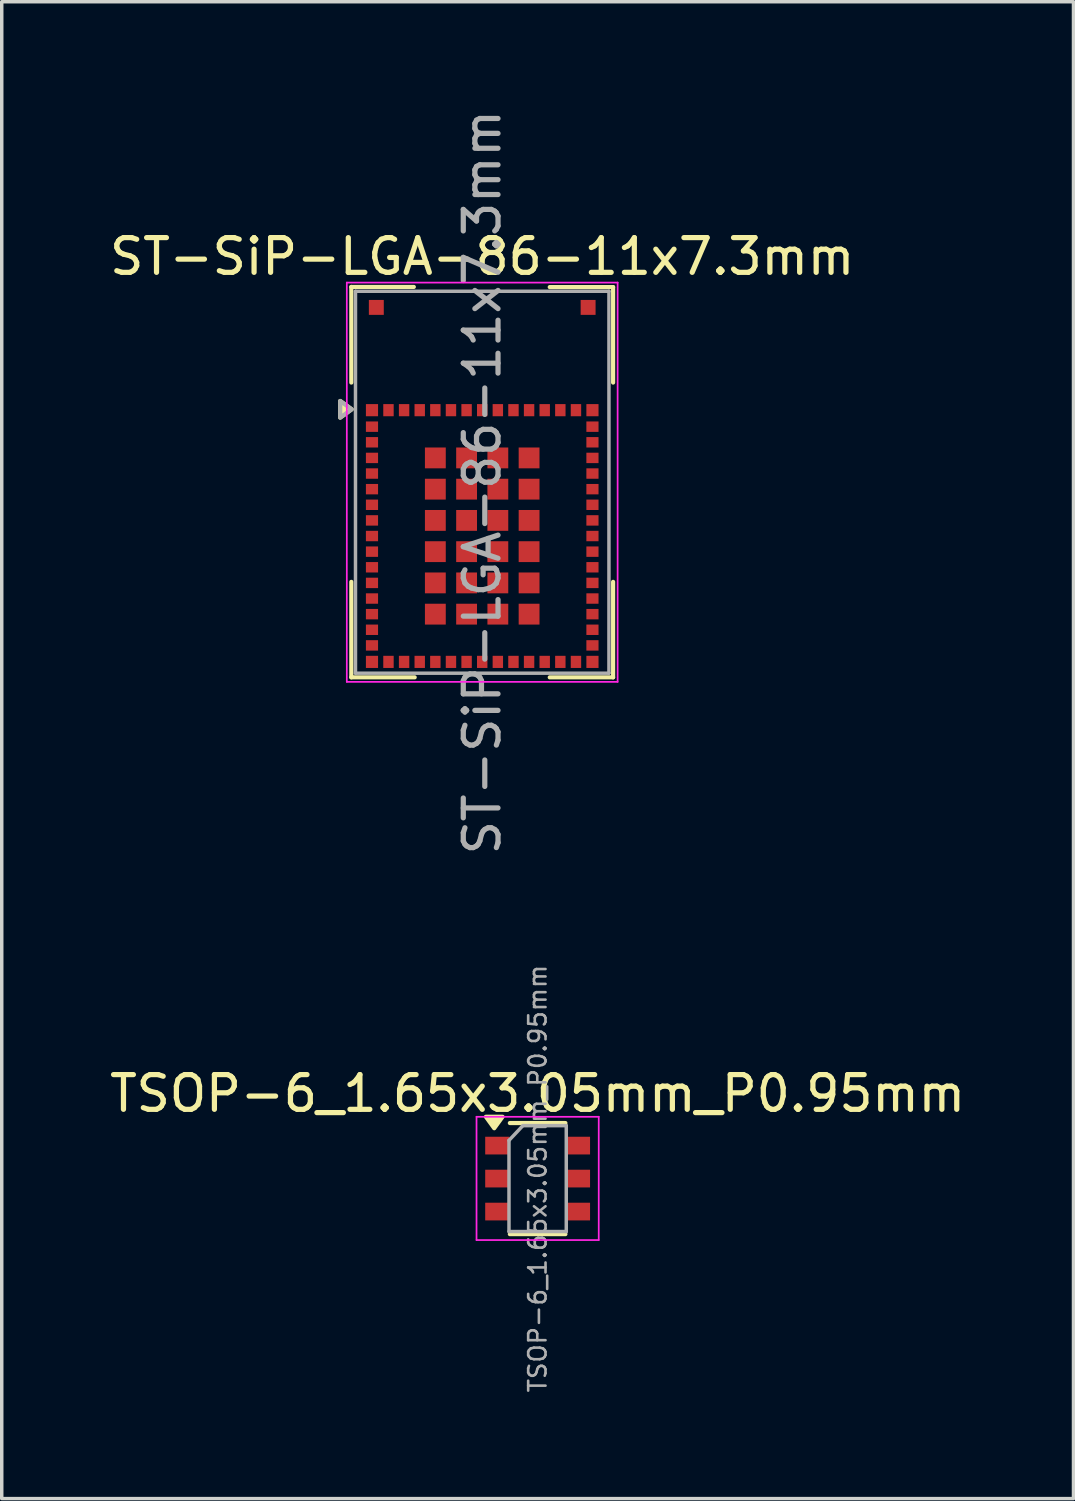
<source format=kicad_pcb>
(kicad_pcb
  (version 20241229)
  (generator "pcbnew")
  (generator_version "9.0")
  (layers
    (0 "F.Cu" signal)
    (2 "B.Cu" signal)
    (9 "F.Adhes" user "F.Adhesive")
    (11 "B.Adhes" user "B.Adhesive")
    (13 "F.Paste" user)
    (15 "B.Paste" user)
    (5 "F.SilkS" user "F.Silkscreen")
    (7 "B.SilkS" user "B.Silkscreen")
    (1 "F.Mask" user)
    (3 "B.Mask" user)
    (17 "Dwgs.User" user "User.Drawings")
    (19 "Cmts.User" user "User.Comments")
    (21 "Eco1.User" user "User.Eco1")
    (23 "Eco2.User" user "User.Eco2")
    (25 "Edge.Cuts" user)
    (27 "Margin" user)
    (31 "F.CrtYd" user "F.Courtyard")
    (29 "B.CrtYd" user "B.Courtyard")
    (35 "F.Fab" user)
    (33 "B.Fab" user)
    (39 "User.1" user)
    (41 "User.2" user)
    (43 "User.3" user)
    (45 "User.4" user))
  (footprint "ST-SiP-LGA-86-11x7.3mm"
    (layer "F.Cu")
    (at 10.839 10.839)
    (property "Reference" "ST-SiP-LGA-86-11x7.3mm" (at 0 -6.5 0) (layer "F.SilkS") (effects (font (size 1 1) (thickness 0.15))))
    (attr smd)
    (fp_line (start -3.77 -5.625) (end -3.77 -2.87) (stroke (width 0.12) (type solid)) (layer "F.SilkS"))
    (fp_line (start -3.77 5.62) (end -3.77 2.87) (stroke (width 0.12) (type solid)) (layer "F.SilkS"))
    (fp_line (start -1.97 -5.625) (end -3.77 -5.625) (stroke (width 0.12) (type solid)) (layer "F.SilkS"))
    (fp_line (start -1.945 5.62) (end -3.77 5.62) (stroke (width 0.12) (type solid)) (layer "F.SilkS"))
    (fp_line (start 1.945 -5.62) (end 3.77 -5.62) (stroke (width 0.12) (type solid)) (layer "F.SilkS"))
    (fp_line (start 1.945 5.62) (end 3.77 5.62) (stroke (width 0.12) (type solid)) (layer "F.SilkS"))
    (fp_line (start 3.77 -5.62) (end 3.77 -2.87) (stroke (width 0.12) (type solid)) (layer "F.SilkS"))
    (fp_line (start 3.77 5.62) (end 3.77 2.87) (stroke (width 0.12) (type solid)) (layer "F.SilkS"))
    (fp_poly (pts (xy -3.76 -2.1) (xy -4.09 -1.86) (xy -4.09 -2.34) (xy -3.76 -2.1)) (stroke (width 0.12) (type solid)) (fill yes) (layer "F.SilkS"))
    (fp_line (start -3.9 -5.75) (end 3.9 -5.75) (stroke (width 0.05) (type solid)) (layer "F.CrtYd"))
    (fp_line (start -3.9 5.75) (end -3.9 -5.75) (stroke (width 0.05) (type solid)) (layer "F.CrtYd"))
    (fp_line (start 3.9 -5.75) (end 3.9 5.75) (stroke (width 0.05) (type solid)) (layer "F.CrtYd"))
    (fp_line (start 3.9 5.75) (end -3.9 5.75) (stroke (width 0.05) (type solid)) (layer "F.CrtYd"))
    (fp_line (start -3.65 -5.5) (end -3.65 5.5) (stroke (width 0.1) (type solid)) (layer "F.Fab"))
    (fp_line (start -3.65 -5.5) (end 3.65 -5.5) (stroke (width 0.1) (type solid)) (layer "F.Fab"))
    (fp_line (start -3.65 5.5) (end 3.65 5.5) (stroke (width 0.1) (type solid)) (layer "F.Fab"))
    (fp_line (start 3.65 5.5) (end 3.65 -5.5) (stroke (width 0.1) (type solid)) (layer "F.Fab"))
    (fp_poly (pts (xy -3.76 -2.1) (xy -4.09 -1.86) (xy -4.09 -2.34) (xy -3.76 -2.1)) (stroke (width 0.12) (type solid)) (fill no) (layer "F.Fab"))
    (fp_text user "${REFERENCE}" (at 0 0 270) (layer "F.Fab") (effects (font (size 1 1) (thickness 0.15))))
    (pad "1" smd rect (at -3.175 -2.075) (size 0.35 0.35) (layers "F.Cu" "F.Mask" "F.Paste"))
    (pad "2" smd rect (at -3.175 -1.6) (size 0.35 0.3) (layers "F.Cu" "F.Mask" "F.Paste"))
    (pad "3" smd rect (at -3.175 -1.15) (size 0.35 0.3) (layers "F.Cu" "F.Mask" "F.Paste"))
    (pad "4" smd rect (at -3.175 -0.7) (size 0.35 0.3) (layers "F.Cu" "F.Mask" "F.Paste"))
    (pad "5" smd rect (at -3.175 -0.25) (size 0.35 0.3) (layers "F.Cu" "F.Mask" "F.Paste"))
    (pad "6" smd rect (at -3.175 0.2) (size 0.35 0.3) (layers "F.Cu" "F.Mask" "F.Paste"))
    (pad "7" smd rect (at -3.175 0.65) (size 0.35 0.3) (layers "F.Cu" "F.Mask" "F.Paste"))
    (pad "8" smd rect (at -3.175 1.1) (size 0.35 0.3) (layers "F.Cu" "F.Mask" "F.Paste"))
    (pad "9" smd rect (at -3.175 1.55) (size 0.35 0.3) (layers "F.Cu" "F.Mask" "F.Paste"))
    (pad "10" smd rect (at -3.175 2) (size 0.35 0.3) (layers "F.Cu" "F.Mask" "F.Paste"))
    (pad "11" smd rect (at -3.175 2.45) (size 0.35 0.3) (layers "F.Cu" "F.Mask" "F.Paste"))
    (pad "12" smd rect (at -3.175 2.9) (size 0.35 0.3) (layers "F.Cu" "F.Mask" "F.Paste"))
    (pad "13" smd rect (at -3.175 3.35) (size 0.35 0.3) (layers "F.Cu" "F.Mask" "F.Paste"))
    (pad "14" smd rect (at -3.175 3.8) (size 0.35 0.3) (layers "F.Cu" "F.Mask" "F.Paste"))
    (pad "15" smd rect (at -3.175 4.25) (size 0.35 0.3) (layers "F.Cu" "F.Mask" "F.Paste"))
    (pad "16" smd rect (at -3.175 4.7) (size 0.35 0.3) (layers "F.Cu" "F.Mask" "F.Paste"))
    (pad "17" smd rect (at -3.175 5.175) (size 0.35 0.35) (layers "F.Cu" "F.Mask" "F.Paste"))
    (pad "18" smd rect (at -2.7 5.175) (size 0.3 0.35) (layers "F.Cu" "F.Mask" "F.Paste"))
    (pad "19" smd rect (at -2.25 5.175) (size 0.3 0.35) (layers "F.Cu" "F.Mask" "F.Paste"))
    (pad "20" smd rect (at -1.8 5.175) (size 0.3 0.35) (layers "F.Cu" "F.Mask" "F.Paste"))
    (pad "21" smd rect (at -1.35 5.175) (size 0.3 0.35) (layers "F.Cu" "F.Mask" "F.Paste"))
    (pad "22" smd rect (at -0.9 5.175) (size 0.3 0.35) (layers "F.Cu" "F.Mask" "F.Paste"))
    (pad "23" smd rect (at -0.45 5.175) (size 0.3 0.35) (layers "F.Cu" "F.Mask" "F.Paste"))
    (pad "24" smd rect (at 0 5.175) (size 0.3 0.35) (layers "F.Cu" "F.Mask" "F.Paste"))
    (pad "25" smd rect (at 0.45 5.175) (size 0.3 0.35) (layers "F.Cu" "F.Mask" "F.Paste"))
    (pad "26" smd rect (at 0.9 5.175) (size 0.3 0.35) (layers "F.Cu" "F.Mask" "F.Paste"))
    (pad "27" smd rect (at 1.35 5.175) (size 0.3 0.35) (layers "F.Cu" "F.Mask" "F.Paste"))
    (pad "28" smd rect (at 1.8 5.175) (size 0.3 0.35) (layers "F.Cu" "F.Mask" "F.Paste"))
    (pad "29" smd rect (at 2.25 5.175) (size 0.3 0.35) (layers "F.Cu" "F.Mask" "F.Paste"))
    (pad "30" smd rect (at 2.7 5.175) (size 0.3 0.35) (layers "F.Cu" "F.Mask" "F.Paste"))
    (pad "31" smd rect (at 3.175 5.175) (size 0.35 0.35) (layers "F.Cu" "F.Mask" "F.Paste"))
    (pad "32" smd rect (at 3.175 4.7) (size 0.35 0.3) (layers "F.Cu" "F.Mask" "F.Paste"))
    (pad "33" smd rect (at 3.175 4.25) (size 0.35 0.3) (layers "F.Cu" "F.Mask" "F.Paste"))
    (pad "34" smd rect (at 3.175 3.8) (size 0.35 0.3) (layers "F.Cu" "F.Mask" "F.Paste"))
    (pad "35" smd rect (at 3.175 3.35) (size 0.35 0.3) (layers "F.Cu" "F.Mask" "F.Paste"))
    (pad "36" smd rect (at 3.175 2.9) (size 0.35 0.3) (layers "F.Cu" "F.Mask" "F.Paste"))
    (pad "37" smd rect (at 3.175 2.45) (size 0.35 0.3) (layers "F.Cu" "F.Mask" "F.Paste"))
    (pad "38" smd rect (at 3.175 2) (size 0.35 0.3) (layers "F.Cu" "F.Mask" "F.Paste"))
    (pad "39" smd rect (at 3.175 1.55) (size 0.35 0.3) (layers "F.Cu" "F.Mask" "F.Paste"))
    (pad "40" smd rect (at 3.175 1.1) (size 0.35 0.3) (layers "F.Cu" "F.Mask" "F.Paste"))
    (pad "41" smd rect (at 3.175 0.65) (size 0.35 0.3) (layers "F.Cu" "F.Mask" "F.Paste"))
    (pad "42" smd rect (at 3.175 0.2) (size 0.35 0.3) (layers "F.Cu" "F.Mask" "F.Paste"))
    (pad "43" smd rect (at 3.175 -0.25) (size 0.35 0.3) (layers "F.Cu" "F.Mask" "F.Paste"))
    (pad "44" smd rect (at 3.175 -0.7) (size 0.35 0.3) (layers "F.Cu" "F.Mask" "F.Paste"))
    (pad "45" smd rect (at 3.175 -1.15) (size 0.35 0.3) (layers "F.Cu" "F.Mask" "F.Paste"))
    (pad "46" smd rect (at 3.175 -1.6) (size 0.35 0.3) (layers "F.Cu" "F.Mask" "F.Paste"))
    (pad "47" smd rect (at 3.175 -2.075) (size 0.35 0.35) (layers "F.Cu" "F.Mask" "F.Paste"))
    (pad "48" smd rect (at 2.7 -2.075) (size 0.3 0.35) (layers "F.Cu" "F.Mask" "F.Paste"))
    (pad "49" smd rect (at 2.25 -2.075) (size 0.3 0.35) (layers "F.Cu" "F.Mask" "F.Paste"))
    (pad "50" smd rect (at 1.8 -2.075) (size 0.3 0.35) (layers "F.Cu" "F.Mask" "F.Paste"))
    (pad "51" smd rect (at 1.35 -2.075) (size 0.3 0.35) (layers "F.Cu" "F.Mask" "F.Paste"))
    (pad "52" smd rect (at 0.9 -2.075) (size 0.3 0.35) (layers "F.Cu" "F.Mask" "F.Paste"))
    (pad "53" smd rect (at 0.45 -2.075) (size 0.3 0.35) (layers "F.Cu" "F.Mask" "F.Paste"))
    (pad "54" smd rect (at 0 -2.075) (size 0.3 0.35) (layers "F.Cu" "F.Mask" "F.Paste"))
    (pad "55" smd rect (at -0.45 -2.075) (size 0.3 0.35) (layers "F.Cu" "F.Mask" "F.Paste"))
    (pad "56" smd rect (at -0.9 -2.075) (size 0.3 0.35) (layers "F.Cu" "F.Mask" "F.Paste"))
    (pad "57" smd rect (at -1.35 -2.075) (size 0.3 0.35) (layers "F.Cu" "F.Mask" "F.Paste"))
    (pad "58" smd rect (at -1.8 -2.075) (size 0.3 0.35) (layers "F.Cu" "F.Mask" "F.Paste"))
    (pad "59" smd rect (at -2.25 -2.075) (size 0.3 0.35) (layers "F.Cu" "F.Mask" "F.Paste"))
    (pad "60" smd rect (at -2.7 -2.075) (size 0.3 0.35) (layers "F.Cu" "F.Mask" "F.Paste"))
    (pad "61" smd rect (at -1.35 -0.7) (size 0.6 0.6) (layers "F.Cu" "F.Mask" "F.Paste"))
    (pad "62" smd rect (at -1.35 0.2) (size 0.6 0.6) (layers "F.Cu" "F.Mask" "F.Paste"))
    (pad "63" smd rect (at -1.35 1.1) (size 0.6 0.6) (layers "F.Cu" "F.Mask" "F.Paste"))
    (pad "64" smd rect (at -1.35 2) (size 0.6 0.6) (layers "F.Cu" "F.Mask" "F.Paste"))
    (pad "65" smd rect (at -1.35 2.9) (size 0.6 0.6) (layers "F.Cu" "F.Mask" "F.Paste"))
    (pad "66" smd rect (at -1.35 3.8) (size 0.6 0.6) (layers "F.Cu" "F.Mask" "F.Paste"))
    (pad "67" smd rect (at -0.45 3.8) (size 0.6 0.6) (layers "F.Cu" "F.Mask" "F.Paste"))
    (pad "68" smd rect (at 0.45 3.8) (size 0.6 0.6) (layers "F.Cu" "F.Mask" "F.Paste"))
    (pad "69" smd rect (at 1.35 3.8) (size 0.6 0.6) (layers "F.Cu" "F.Mask" "F.Paste"))
    (pad "70" smd rect (at 1.35 2.9) (size 0.6 0.6) (layers "F.Cu" "F.Mask" "F.Paste"))
    (pad "71" smd rect (at 1.35 2) (size 0.6 0.6) (layers "F.Cu" "F.Mask" "F.Paste"))
    (pad "72" smd rect (at 1.35 1.1) (size 0.6 0.6) (layers "F.Cu" "F.Mask" "F.Paste"))
    (pad "73" smd rect (at 1.35 0.2) (size 0.6 0.6) (layers "F.Cu" "F.Mask" "F.Paste"))
    (pad "74" smd rect (at 1.35 -0.7) (size 0.6 0.6) (layers "F.Cu" "F.Mask" "F.Paste"))
    (pad "75" smd rect (at 0.45 -0.7) (size 0.6 0.6) (layers "F.Cu" "F.Mask" "F.Paste"))
    (pad "76" smd rect (at -0.45 -0.7) (size 0.6 0.6) (layers "F.Cu" "F.Mask" "F.Paste"))
    (pad "77" smd rect (at -0.45 0.2) (size 0.6 0.6) (layers "F.Cu" "F.Mask" "F.Paste"))
    (pad "78" smd rect (at -0.45 1.1) (size 0.6 0.6) (layers "F.Cu" "F.Mask" "F.Paste"))
    (pad "79" smd rect (at -0.45 2) (size 0.6 0.6) (layers "F.Cu" "F.Mask" "F.Paste"))
    (pad "80" smd rect (at -0.45 2.9) (size 0.6 0.6) (layers "F.Cu" "F.Mask" "F.Paste"))
    (pad "81" smd rect (at 0.45 2.9) (size 0.6 0.6) (layers "F.Cu" "F.Mask" "F.Paste"))
    (pad "82" smd rect (at 0.45 2) (size 0.6 0.6) (layers "F.Cu" "F.Mask" "F.Paste"))
    (pad "83" smd rect (at 0.45 1.1) (size 0.6 0.6) (layers "F.Cu" "F.Mask" "F.Paste"))
    (pad "84" smd rect (at 0.45 0.2) (size 0.6 0.6) (layers "F.Cu" "F.Mask" "F.Paste"))
    (pad "85" smd rect (at -3.05 -5.035) (size 0.43 0.43) (layers "F.Cu" "F.Mask" "F.Paste"))
    (pad "86" smd rect (at 3.05 -5.035) (size 0.43 0.43) (layers "F.Cu" "F.Mask" "F.Paste"))
    (zone (net_name "") (layers "F.Cu" "B.Cu") (hatch full 0.508) (connect_pads) (min_thickness 0.254) (filled_areas_thickness no) (keepout (tracks not_allowed) (vias not_allowed) (pads allowed) (copperpour not_allowed) (footprints not_allowed)) (placement (enabled no)) (fill) (polygon (pts (xy 13.489 7.839) (xy 5.889 7.839) (xy 5.889 4.339) (xy 13.489 4.339)))))
  (footprint "TSOP-6_1.65x3.05mm_P0.95mm"
    (layer "F.Cu")
    (at 12.435 30.896)
    (property "Reference" "TSOP-6_1.65x3.05mm_P0.95mm" (at 0 -2.45 0) (layer "F.SilkS") (effects (font (size 1 1) (thickness 0.15))))
    (attr smd)
    (fp_line (start -0.8 -1.6) (end 0.8 -1.6) (stroke (width 0.12) (type solid)) (layer "F.SilkS"))
    (fp_line (start -0.8 1.6) (end 0.8 1.6) (stroke (width 0.12) (type solid)) (layer "F.SilkS"))
    (fp_poly (pts (xy -1.25 -1.45) (xy -1.49 -1.78) (xy -1.01 -1.78) (xy -1.25 -1.45)) (stroke (width 0.12) (type solid)) (fill yes) (layer "F.SilkS"))
    (fp_line (start -1.76 -1.78) (end -1.76 1.77) (stroke (width 0.05) (type solid)) (layer "F.CrtYd"))
    (fp_line (start -1.76 -1.78) (end 1.76 -1.78) (stroke (width 0.05) (type solid)) (layer "F.CrtYd"))
    (fp_line (start 1.76 1.77) (end -1.76 1.77) (stroke (width 0.05) (type solid)) (layer "F.CrtYd"))
    (fp_line (start 1.76 1.77) (end 1.76 -1.78) (stroke (width 0.05) (type solid)) (layer "F.CrtYd"))
    (fp_line (start -0.825 -1.1) (end -0.825 1.525) (stroke (width 0.1) (type solid)) (layer "F.Fab"))
    (fp_line (start -0.825 -1.1) (end -0.425 -1.525) (stroke (width 0.1) (type solid)) (layer "F.Fab"))
    (fp_line (start 0.825 -1.525) (end -0.425 -1.525) (stroke (width 0.1) (type solid)) (layer "F.Fab"))
    (fp_line (start 0.825 -1.525) (end 0.825 1.525) (stroke (width 0.1) (type solid)) (layer "F.Fab"))
    (fp_line (start 0.825 1.525) (end -0.825 1.525) (stroke (width 0.1) (type solid)) (layer "F.Fab"))
    (fp_text user "${REFERENCE}" (at 0 0 90) (layer "F.Fab") (effects (font (size 0.5 0.5) (thickness 0.075))))
    (pad "1" smd rect (at -1.16 -0.95) (size 0.7 0.51) (layers "F.Cu" "F.Mask" "F.Paste"))
    (pad "2" smd rect (at -1.16 0) (size 0.7 0.51) (layers "F.Cu" "F.Mask" "F.Paste"))
    (pad "3" smd rect (at -1.16 0.95) (size 0.7 0.51) (layers "F.Cu" "F.Mask" "F.Paste"))
    (pad "4" smd rect (at 1.16 0.95) (size 0.7 0.51) (layers "F.Cu" "F.Mask" "F.Paste"))
    (pad "5" smd rect (at 1.16 0) (size 0.7 0.51) (layers "F.Cu" "F.Mask" "F.Paste"))
    (pad "6" smd rect (at 1.16 -0.95) (size 0.7 0.51) (layers "F.Cu" "F.Mask" "F.Paste")))
  (gr_rect
    (start -3 -3)
    (end 27.869 40.113)
    (stroke (width 0.1) (type default))
    (fill no)
    (layer "Edge.Cuts")))
</source>
